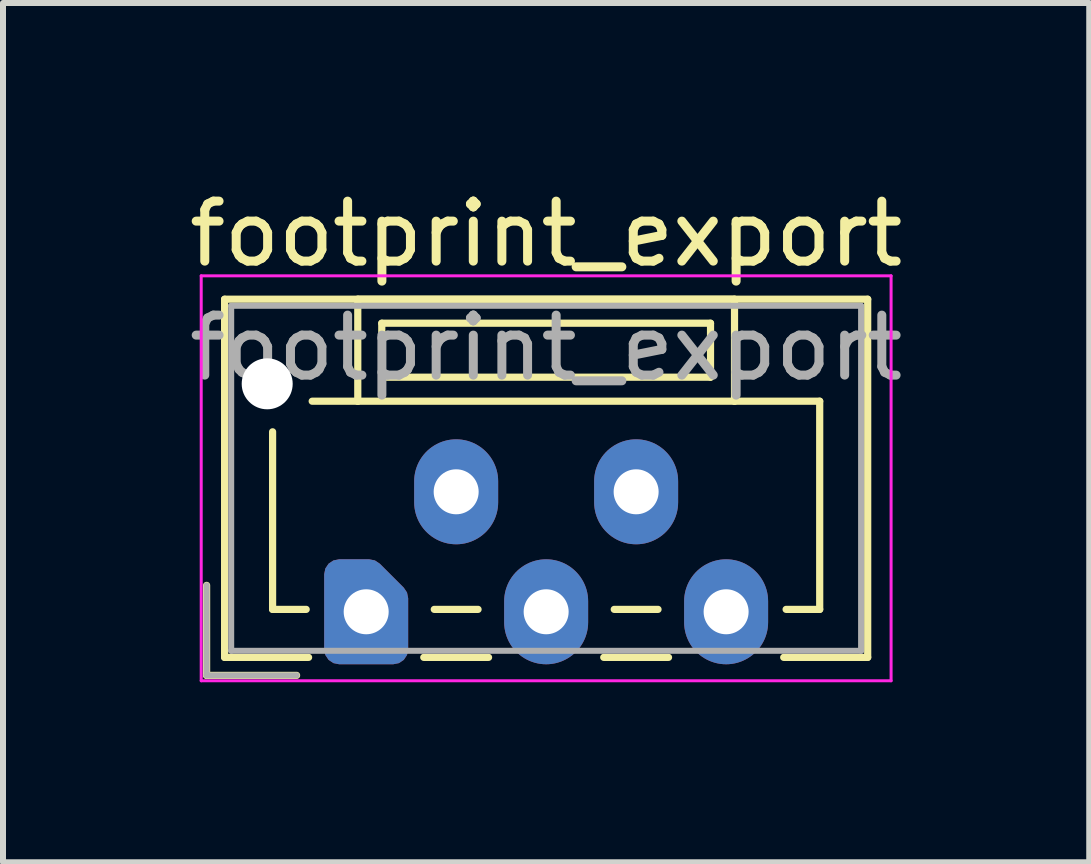
<source format=kicad_pcb>
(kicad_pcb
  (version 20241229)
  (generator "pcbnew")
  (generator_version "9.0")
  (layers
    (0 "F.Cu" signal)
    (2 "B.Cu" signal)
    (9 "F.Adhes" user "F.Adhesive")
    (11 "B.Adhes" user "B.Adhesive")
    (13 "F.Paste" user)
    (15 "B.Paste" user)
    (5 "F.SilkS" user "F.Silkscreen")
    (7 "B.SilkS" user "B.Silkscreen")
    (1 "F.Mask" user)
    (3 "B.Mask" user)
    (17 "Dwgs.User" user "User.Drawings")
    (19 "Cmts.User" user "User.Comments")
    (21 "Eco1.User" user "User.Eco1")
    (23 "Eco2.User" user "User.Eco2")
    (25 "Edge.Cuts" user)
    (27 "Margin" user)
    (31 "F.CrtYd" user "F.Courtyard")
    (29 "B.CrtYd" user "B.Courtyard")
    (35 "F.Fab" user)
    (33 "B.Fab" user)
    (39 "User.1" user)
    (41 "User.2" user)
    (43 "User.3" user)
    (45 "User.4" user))
  (footprint "footprint_export"
    (layer "F.Cu")
    (at 3.054 7.148)
    (property "Reference" "footprint_export" (at 3 -6.3 0) (layer "F.SilkS") (effects (font (size 1 1) (thickness 0.15))))
    (attr through_hole)
    (fp_line (start -2.66 -0.44) (end -2.66 1.06) (stroke (width 0.12) (type solid)) (layer "F.SilkS"))
    (fp_line (start -2.66 1.06) (end -1.16 1.06) (stroke (width 0.12) (type solid)) (layer "F.SilkS"))
    (fp_line (start -2.36 -5.21) (end 8.36 -5.21) (stroke (width 0.12) (type solid)) (layer "F.SilkS"))
    (fp_line (start -2.36 0.76) (end -2.36 -5.21) (stroke (width 0.12) (type solid)) (layer "F.SilkS"))
    (fp_line (start -1.56 -3) (end -1.56 -0.04) (stroke (width 0.12) (type solid)) (layer "F.SilkS"))
    (fp_line (start -1.56 -0.04) (end -1 -0.04) (stroke (width 0.12) (type solid)) (layer "F.SilkS"))
    (fp_line (start -0.96 0.76) (end -2.36 0.76) (stroke (width 0.12) (type solid)) (layer "F.SilkS"))
    (fp_line (start -0.14 -5.21) (end -0.14 -3.51) (stroke (width 0.12) (type solid)) (layer "F.SilkS"))
    (fp_line (start -0.14 -3.51) (end -0.9 -3.51) (stroke (width 0.12) (type solid)) (layer "F.SilkS"))
    (fp_line (start -0.14 -3.51) (end 6.14 -3.51) (stroke (width 0.12) (type solid)) (layer "F.SilkS"))
    (fp_line (start 0.26 -4.81) (end 0.26 -3.91) (stroke (width 0.12) (type solid)) (layer "F.SilkS"))
    (fp_line (start 0.26 -3.91) (end 5.74 -3.91) (stroke (width 0.12) (type solid)) (layer "F.SilkS"))
    (fp_line (start 0.96 0.76) (end 2.04 0.76) (stroke (width 0.12) (type solid)) (layer "F.SilkS"))
    (fp_line (start 1.135 -0.04) (end 1.865 -0.04) (stroke (width 0.12) (type solid)) (layer "F.SilkS"))
    (fp_line (start 3.96 0.76) (end 5.04 0.76) (stroke (width 0.12) (type solid)) (layer "F.SilkS"))
    (fp_line (start 4.135 -0.04) (end 4.865 -0.04) (stroke (width 0.12) (type solid)) (layer "F.SilkS"))
    (fp_line (start 5.74 -4.81) (end 0.26 -4.81) (stroke (width 0.12) (type solid)) (layer "F.SilkS"))
    (fp_line (start 5.74 -3.91) (end 5.74 -4.81) (stroke (width 0.12) (type solid)) (layer "F.SilkS"))
    (fp_line (start 6.14 -5.21) (end -0.14 -5.21) (stroke (width 0.12) (type solid)) (layer "F.SilkS"))
    (fp_line (start 6.14 -3.51) (end 6.14 -5.21) (stroke (width 0.12) (type solid)) (layer "F.SilkS"))
    (fp_line (start 6.14 -3.51) (end 7.56 -3.51) (stroke (width 0.12) (type solid)) (layer "F.SilkS"))
    (fp_line (start 7.56 -3.51) (end 7.56 -0.04) (stroke (width 0.12) (type solid)) (layer "F.SilkS"))
    (fp_line (start 7.56 -0.04) (end 7 -0.04) (stroke (width 0.12) (type solid)) (layer "F.SilkS"))
    (fp_line (start 8.36 -5.21) (end 8.36 0.76) (stroke (width 0.12) (type solid)) (layer "F.SilkS"))
    (fp_line (start 8.36 0.76) (end 6.96 0.76) (stroke (width 0.12) (type solid)) (layer "F.SilkS"))
    (fp_line (start -2.75 -5.6) (end -2.75 1.15) (stroke (width 0.05) (type solid)) (layer "F.CrtYd"))
    (fp_line (start -2.75 1.15) (end 8.75 1.15) (stroke (width 0.05) (type solid)) (layer "F.CrtYd"))
    (fp_line (start 8.75 -5.6) (end -2.75 -5.6) (stroke (width 0.05) (type solid)) (layer "F.CrtYd"))
    (fp_line (start 8.75 1.15) (end 8.75 -5.6) (stroke (width 0.05) (type solid)) (layer "F.CrtYd"))
    (fp_line (start -2.66 -0.44) (end -2.66 1.06) (stroke (width 0.1) (type solid)) (layer "F.Fab"))
    (fp_line (start -2.66 1.06) (end -1.16 1.06) (stroke (width 0.1) (type solid)) (layer "F.Fab"))
    (fp_line (start -2.25 -5.1) (end -2.25 0.65) (stroke (width 0.1) (type solid)) (layer "F.Fab"))
    (fp_line (start -2.25 0.65) (end 8.25 0.65) (stroke (width 0.1) (type solid)) (layer "F.Fab"))
    (fp_line (start 8.25 -5.1) (end -2.25 -5.1) (stroke (width 0.1) (type solid)) (layer "F.Fab"))
    (fp_line (start 8.25 0.65) (end 8.25 -5.1) (stroke (width 0.1) (type solid)) (layer "F.Fab"))
    (fp_text user "${REFERENCE}" (at 3 -4.4 0) (layer "F.Fab") (effects (font (size 1 1) (thickness 0.15))))
    (pad "" np_thru_hole circle (at -1.65 -3.8) (size 0.85 0.85) (drill 0.85) (layers "*.Cu" "*.Mask"))
    (pad "1" thru_hole custom (at 0 0) (size 1.117 1.117) (drill 0.75) (layers "*.Cu" "*.Mask") (options (anchor circle)) (primitives (gr_poly (pts (xy 0.45 -0.225) (xy 0.45 0.625) (xy -0.45 0.625) (xy -0.45 -0.625) (xy 0.05 -0.625)) (width 0.5) (fill yes))))
    (pad "2" thru_hole oval (at 1.5 -2) (size 1.4 1.75) (drill 0.75) (layers "*.Cu" "*.Mask"))
    (pad "3" thru_hole oval (at 3 0) (size 1.4 1.75) (drill 0.75) (layers "*.Cu" "*.Mask"))
    (pad "4" thru_hole oval (at 4.5 -2) (size 1.4 1.75) (drill 0.75) (layers "*.Cu" "*.Mask"))
    (pad "5" thru_hole oval (at 6 0) (size 1.4 1.75) (drill 0.75) (layers "*.Cu" "*.Mask")))
  (gr_rect
    (start -3 -3)
    (end 15.107 11.323)
    (stroke (width 0.1) (type default))
    (fill no)
    (layer "Edge.Cuts")))
</source>
